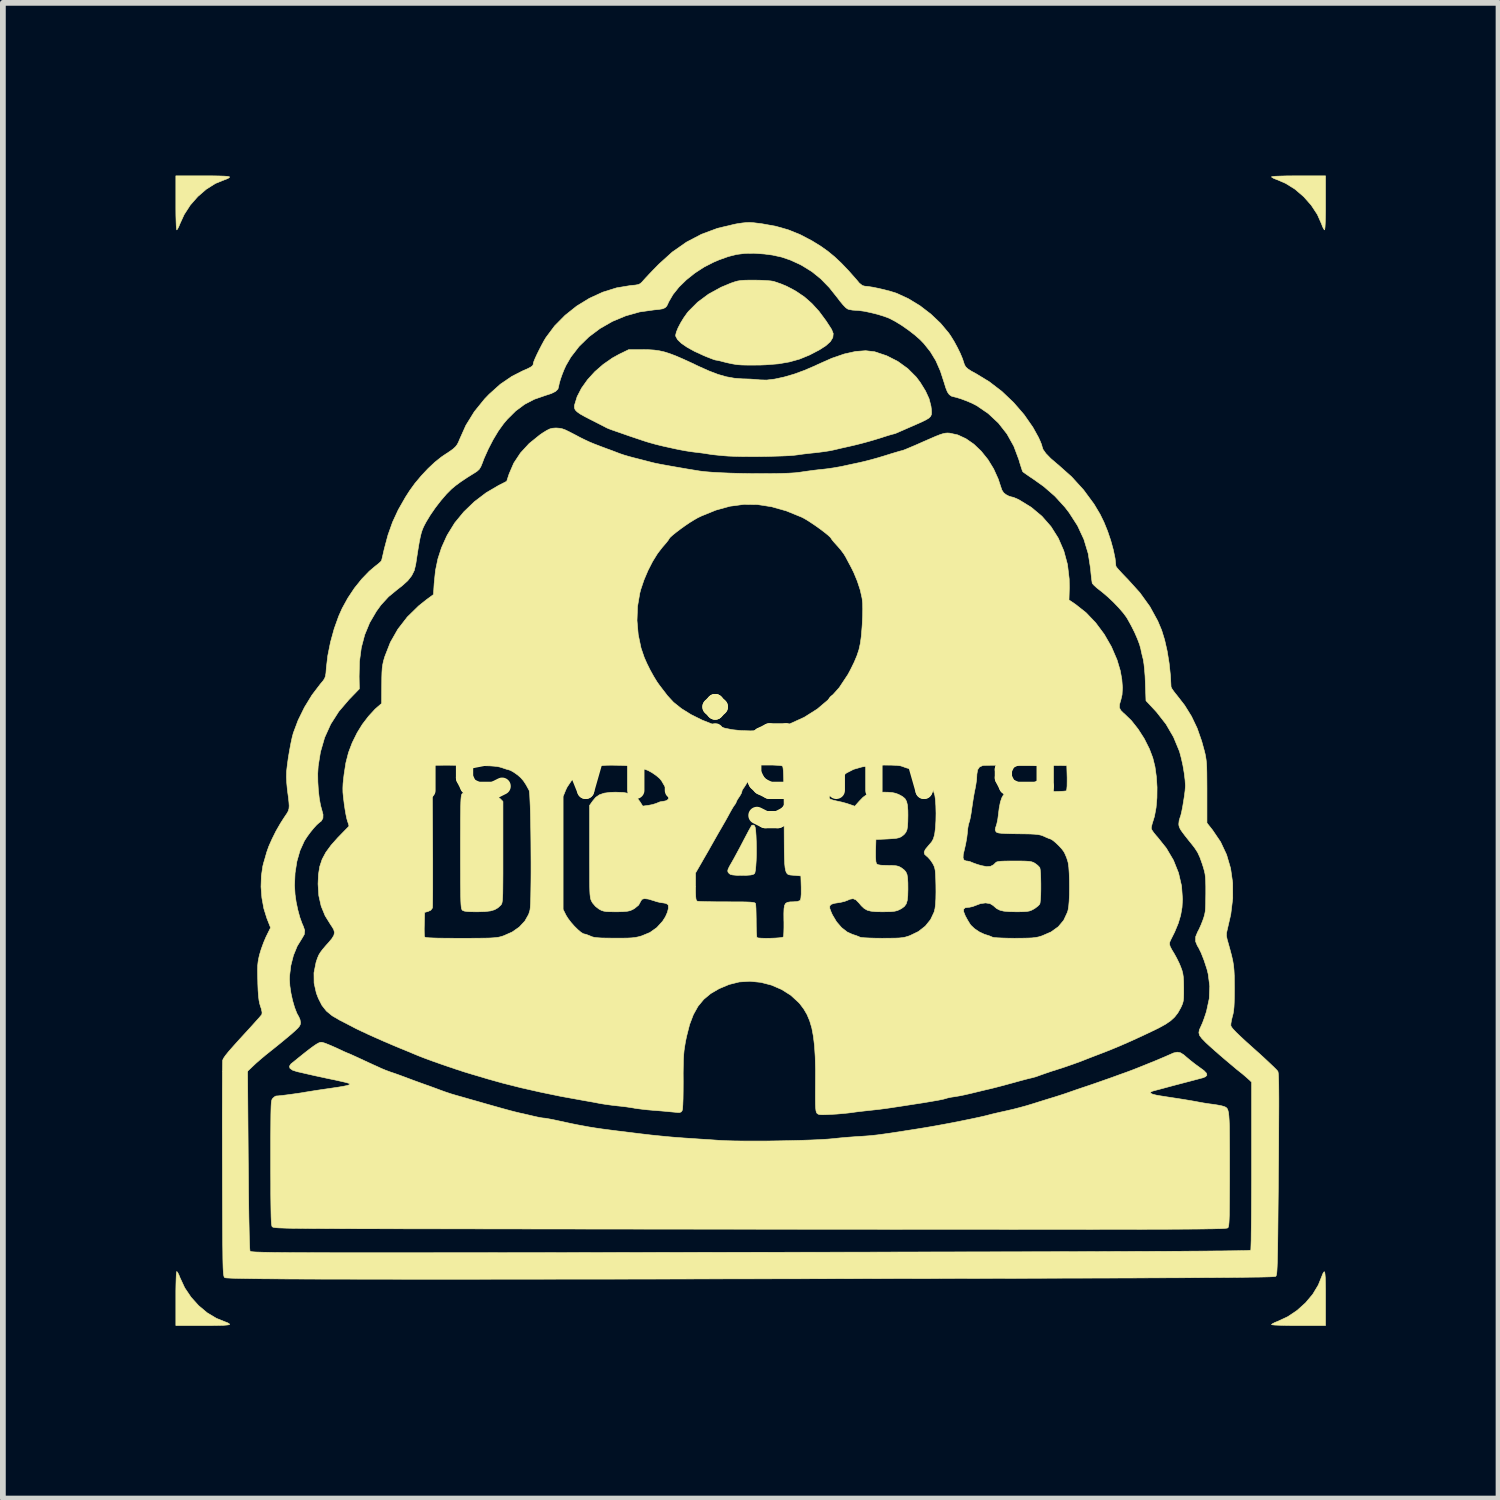
<source format=kicad_pcb>
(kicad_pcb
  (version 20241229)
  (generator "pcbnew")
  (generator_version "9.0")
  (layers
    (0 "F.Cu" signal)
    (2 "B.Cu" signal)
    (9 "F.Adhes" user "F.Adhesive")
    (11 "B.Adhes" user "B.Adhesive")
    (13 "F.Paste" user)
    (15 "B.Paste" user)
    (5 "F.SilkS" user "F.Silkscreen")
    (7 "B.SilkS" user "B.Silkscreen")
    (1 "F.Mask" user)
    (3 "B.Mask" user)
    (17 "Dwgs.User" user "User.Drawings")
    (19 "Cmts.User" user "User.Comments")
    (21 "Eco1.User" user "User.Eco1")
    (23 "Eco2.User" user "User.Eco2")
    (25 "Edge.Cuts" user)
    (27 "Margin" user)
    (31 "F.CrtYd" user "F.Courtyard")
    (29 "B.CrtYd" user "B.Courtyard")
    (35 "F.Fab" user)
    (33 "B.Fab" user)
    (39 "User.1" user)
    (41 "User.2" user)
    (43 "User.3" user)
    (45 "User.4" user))
  (footprint "newhighway"
    (layer "F.Cu")
    (at 9.992 9.992)
    (property "Reference" "newhighway" (at 0 0 0) (layer "F.SilkS") (effects (font (size 1.524 1.524) (thickness 0.3))))
    (attr through_hole)
    (fp_poly (pts (xy -9.956 9.065) (xy -9.934 9.108) (xy -9.914 9.158) (xy -9.833 9.332) (xy -9.724 9.494) (xy -9.593 9.64) (xy -9.444 9.765) (xy -9.285 9.861) (xy -9.136 9.921) (xy -9.087 9.94) (xy -9.056 9.96) (xy -9.052 9.965) (xy -9.061 9.973) (xy -9.094 9.978) (xy -9.154 9.983) (xy -9.244 9.985) (xy -9.366 9.987) (xy -9.516 9.987) (xy -9.987 9.987) (xy -9.987 9.518) (xy -9.987 9.388) (xy -9.985 9.272) (xy -9.982 9.175) (xy -9.979 9.102) (xy -9.974 9.059) (xy -9.971 9.048) (xy -9.956 9.065)) (stroke (width 0.01) (type solid)) (fill yes) (layer "F.SilkS"))
    (fp_poly (pts (xy -9.36 -9.987) (xy -9.238 -9.985) (xy -9.15 -9.982) (xy -9.091 -9.978) (xy -9.06 -9.972) (xy -9.052 -9.965) (xy -9.074 -9.946) (xy -9.119 -9.926) (xy -9.136 -9.921) (xy -9.301 -9.854) (xy -9.459 -9.754) (xy -9.606 -9.627) (xy -9.736 -9.479) (xy -9.842 -9.315) (xy -9.914 -9.158) (xy -9.938 -9.1) (xy -9.959 -9.061) (xy -9.971 -9.048) (xy -9.975 -9.066) (xy -9.98 -9.118) (xy -9.983 -9.197) (xy -9.986 -9.3) (xy -9.987 -9.419) (xy -9.987 -9.518) (xy -9.987 -9.987) (xy -9.516 -9.987) (xy -9.36 -9.987)) (stroke (width 0.01) (type solid)) (fill yes) (layer "F.SilkS"))
    (fp_poly (pts (xy 9.973 9.061) (xy 9.978 9.094) (xy 9.983 9.154) (xy 9.985 9.244) (xy 9.987 9.366) (xy 9.987 9.516) (xy 9.987 9.987) (xy 9.518 9.987) (xy 9.388 9.987) (xy 9.272 9.985) (xy 9.175 9.982) (xy 9.102 9.979) (xy 9.059 9.974) (xy 9.048 9.971) (xy 9.065 9.956) (xy 9.108 9.934) (xy 9.158 9.914) (xy 9.332 9.833) (xy 9.494 9.724) (xy 9.64 9.593) (xy 9.765 9.444) (xy 9.861 9.285) (xy 9.921 9.136) (xy 9.94 9.087) (xy 9.96 9.056) (xy 9.965 9.052) (xy 9.973 9.061)) (stroke (width 0.01) (type solid)) (fill yes) (layer "F.SilkS"))
    (fp_poly (pts (xy 9.987 -9.518) (xy 9.987 -9.378) (xy 9.985 -9.258) (xy 9.982 -9.161) (xy 9.978 -9.091) (xy 9.973 -9.054) (xy 9.97 -9.048) (xy 9.955 -9.065) (xy 9.934 -9.108) (xy 9.919 -9.149) (xy 9.845 -9.316) (xy 9.739 -9.477) (xy 9.608 -9.625) (xy 9.458 -9.754) (xy 9.295 -9.856) (xy 9.148 -9.919) (xy 9.093 -9.94) (xy 9.057 -9.96) (xy 9.048 -9.97) (xy 9.067 -9.975) (xy 9.119 -9.98) (xy 9.202 -9.983) (xy 9.31 -9.986) (xy 9.439 -9.987) (xy 9.518 -9.987) (xy 9.987 -9.987) (xy 9.987 -9.518)) (stroke (width 0.01) (type solid)) (fill yes) (layer "F.SilkS"))
    (fp_poly (pts (xy 0.066 1.303) (xy 0.078 1.331) (xy 0.087 1.391) (xy 0.093 1.474) (xy 0.097 1.574) (xy 0.099 1.684) (xy 0.099 1.796) (xy 0.096 1.903) (xy 0.09 1.997) (xy 0.083 2.073) (xy 0.073 2.122) (xy 0.066 2.136) (xy 0.041 2.151) (xy -0.000492 2.16) (xy -0.067 2.165) (xy -0.153 2.166) (xy -0.248 2.165) (xy -0.312 2.159) (xy -0.351 2.15) (xy -0.372 2.136) (xy -0.392 2.113) (xy -0.399 2.09) (xy -0.392 2.058) (xy -0.368 2.009) (xy -0.328 1.939) (xy -0.291 1.874) (xy -0.243 1.785) (xy -0.188 1.683) (xy -0.134 1.58) (xy -0.125 1.562) (xy -0.078 1.473) (xy -0.037 1.395) (xy -0.004 1.336) (xy 0.016 1.301) (xy 0.02 1.296) (xy 0.047 1.292) (xy 0.066 1.303)) (stroke (width 0.01) (type solid)) (fill yes) (layer "F.SilkS"))
    (fp_poly (pts (xy -4.653 0.717) (xy -4.521 0.743) (xy -4.415 0.787) (xy -4.352 0.834) (xy -4.304 0.883) (xy -4.304 1.762) (xy -4.304 1.969) (xy -4.304 2.14) (xy -4.305 2.28) (xy -4.306 2.393) (xy -4.307 2.48) (xy -4.31 2.546) (xy -4.313 2.595) (xy -4.318 2.629) (xy -4.323 2.652) (xy -4.33 2.668) (xy -4.339 2.68) (xy -4.342 2.684) (xy -4.392 2.73) (xy -4.449 2.763) (xy -4.521 2.784) (xy -4.614 2.795) (xy -4.737 2.799) (xy -4.752 2.799) (xy -4.855 2.798) (xy -4.927 2.794) (xy -4.974 2.787) (xy -5.002 2.776) (xy -5.012 2.769) (xy -5.018 2.758) (xy -5.024 2.74) (xy -5.029 2.711) (xy -5.033 2.669) (xy -5.036 2.608) (xy -5.038 2.528) (xy -5.039 2.425) (xy -5.041 2.294) (xy -5.041 2.135) (xy -5.042 1.943) (xy -5.042 1.755) (xy -5.042 1.534) (xy -5.041 1.349) (xy -5.041 1.195) (xy -5.039 1.07) (xy -5.038 0.972) (xy -5.036 0.896) (xy -5.033 0.839) (xy -5.029 0.799) (xy -5.024 0.772) (xy -5.018 0.756) (xy -5.011 0.746) (xy -5.01 0.745) (xy -4.971 0.73) (xy -4.898 0.719) (xy -4.803 0.712) (xy -4.653 0.717)) (stroke (width 0.01) (type solid)) (fill yes) (layer "F.SilkS"))
    (fp_poly (pts (xy 0.171 -8.173) (xy 0.267 -8.168) (xy 0.345 -8.162) (xy 0.396 -8.154) (xy 0.403 -8.152) (xy 0.523 -8.111) (xy 0.622 -8.07) (xy 0.717 -8.021) (xy 0.79 -7.98) (xy 0.932 -7.884) (xy 1.062 -7.77) (xy 1.187 -7.633) (xy 1.31 -7.467) (xy 1.406 -7.319) (xy 1.434 -7.247) (xy 1.427 -7.178) (xy 1.385 -7.108) (xy 1.307 -7.037) (xy 1.194 -6.964) (xy 1.019 -6.873) (xy 0.848 -6.803) (xy 0.672 -6.754) (xy 0.481 -6.721) (xy 0.267 -6.704) (xy 0.173 -6.7) (xy 0.057 -6.699) (xy -0.054 -6.699) (xy -0.15 -6.701) (xy -0.223 -6.706) (xy -0.249 -6.709) (xy -0.33 -6.723) (xy -0.422 -6.743) (xy -0.469 -6.755) (xy -0.533 -6.772) (xy -0.584 -6.783) (xy -0.607 -6.786) (xy -0.634 -6.793) (xy -0.687 -6.813) (xy -0.759 -6.841) (xy -0.819 -6.866) (xy -0.976 -6.938) (xy -1.104 -7.009) (xy -1.203 -7.077) (xy -1.269 -7.14) (xy -1.301 -7.198) (xy -1.304 -7.217) (xy -1.292 -7.27) (xy -1.262 -7.345) (xy -1.217 -7.431) (xy -1.163 -7.52) (xy -1.105 -7.602) (xy -1.08 -7.633) (xy -0.921 -7.792) (xy -0.732 -7.932) (xy -0.515 -8.051) (xy -0.343 -8.123) (xy -0.282 -8.144) (xy -0.229 -8.159) (xy -0.174 -8.168) (xy -0.108 -8.173) (xy -0.02 -8.175) (xy 0.067 -8.175) (xy 0.171 -8.173)) (stroke (width 0.01) (type solid)) (fill yes) (layer "F.SilkS"))
    (fp_poly (pts (xy -1.869 -6.968) (xy -1.767 -6.966) (xy -1.676 -6.96) (xy -1.59 -6.948) (xy -1.504 -6.929) (xy -1.411 -6.9) (xy -1.305 -6.86) (xy -1.182 -6.807) (xy -1.035 -6.74) (xy -0.903 -6.677) (xy -0.724 -6.597) (xy -0.567 -6.537) (xy -0.423 -6.496) (xy -0.284 -6.471) (xy -0.141 -6.46) (xy -0.097 -6.459) (xy -0.005 -6.456) (xy 0.091 -6.449) (xy 0.163 -6.442) (xy 0.278 -6.439) (xy 0.418 -6.456) (xy 0.579 -6.491) (xy 0.752 -6.541) (xy 0.933 -6.607) (xy 1.115 -6.685) (xy 1.169 -6.711) (xy 1.408 -6.817) (xy 1.626 -6.892) (xy 1.823 -6.936) (xy 1.998 -6.949) (xy 2.153 -6.931) (xy 2.157 -6.93) (xy 2.363 -6.861) (xy 2.556 -6.763) (xy 2.729 -6.638) (xy 2.876 -6.491) (xy 2.945 -6.399) (xy 3.037 -6.25) (xy 3.099 -6.115) (xy 3.132 -5.987) (xy 3.139 -5.933) (xy 3.142 -5.881) (xy 3.14 -5.841) (xy 3.126 -5.809) (xy 3.097 -5.779) (xy 3.048 -5.749) (xy 2.975 -5.713) (xy 2.871 -5.667) (xy 2.847 -5.656) (xy 2.754 -5.616) (xy 2.67 -5.579) (xy 2.601 -5.549) (xy 2.558 -5.53) (xy 2.556 -5.529) (xy 2.511 -5.51) (xy 2.481 -5.502) (xy 2.48 -5.502) (xy 2.456 -5.496) (xy 2.404 -5.481) (xy 2.33 -5.458) (xy 2.243 -5.43) (xy 2.233 -5.427) (xy 2.115 -5.391) (xy 1.98 -5.353) (xy 1.848 -5.319) (xy 1.773 -5.301) (xy 1.672 -5.278) (xy 1.573 -5.256) (xy 1.489 -5.236) (xy 1.438 -5.224) (xy 1.374 -5.211) (xy 1.285 -5.197) (xy 1.185 -5.184) (xy 1.116 -5.176) (xy 1.018 -5.166) (xy 0.925 -5.155) (xy 0.848 -5.145) (xy 0.81 -5.139) (xy 0.751 -5.132) (xy 0.661 -5.125) (xy 0.547 -5.12) (xy 0.414 -5.116) (xy 0.27 -5.112) (xy 0.122 -5.11) (xy -0.024 -5.11) (xy -0.161 -5.111) (xy -0.282 -5.114) (xy -0.381 -5.118) (xy -0.387 -5.118) (xy -0.49 -5.126) (xy -0.591 -5.136) (xy -0.676 -5.145) (xy -0.732 -5.154) (xy -0.807 -5.166) (xy -0.898 -5.178) (xy -0.968 -5.186) (xy -1.045 -5.196) (xy -1.145 -5.212) (xy -1.251 -5.232) (xy -1.313 -5.245) (xy -1.422 -5.269) (xy -1.513 -5.289) (xy -1.592 -5.308) (xy -1.664 -5.326) (xy -1.735 -5.346) (xy -1.811 -5.368) (xy -1.896 -5.396) (xy -1.997 -5.43) (xy -2.119 -5.471) (xy -2.267 -5.523) (xy -2.406 -5.571) (xy -2.462 -5.592) (xy -2.506 -5.611) (xy -2.513 -5.615) (xy -2.541 -5.63) (xy -2.596 -5.658) (xy -2.67 -5.696) (xy -2.756 -5.74) (xy -2.773 -5.748) (xy -2.883 -5.805) (xy -2.963 -5.85) (xy -3.016 -5.888) (xy -3.048 -5.921) (xy -3.061 -5.954) (xy -3.062 -5.991) (xy -3.059 -6.008) (xy -3.015 -6.151) (xy -2.939 -6.298) (xy -2.835 -6.444) (xy -2.708 -6.584) (xy -2.562 -6.711) (xy -2.403 -6.822) (xy -2.285 -6.887) (xy -2.118 -6.968) (xy -1.869 -6.968)) (stroke (width 0.01) (type solid)) (fill yes) (layer "F.SilkS"))
    (fp_poly (pts (xy -7.447 5.067) (xy -7.405 5.079) (xy -7.34 5.104) (xy -7.26 5.138) (xy -7.201 5.164) (xy -7.124 5.2) (xy -7.062 5.229) (xy -7.02 5.247) (xy -7.007 5.253) (xy -6.988 5.26) (xy -6.941 5.28) (xy -6.875 5.31) (xy -6.812 5.339) (xy -6.728 5.378) (xy -6.651 5.414) (xy -6.591 5.441) (xy -6.566 5.453) (xy -6.512 5.477) (xy -6.446 5.507) (xy -6.421 5.519) (xy -6.347 5.55) (xy -6.269 5.579) (xy -6.249 5.586) (xy -6.186 5.607) (xy -6.105 5.636) (xy -6.029 5.664) (xy -5.866 5.725) (xy -5.726 5.776) (xy -5.614 5.816) (xy -5.607 5.818) (xy -5.55 5.839) (xy -5.473 5.867) (xy -5.396 5.896) (xy -5.304 5.929) (xy -5.202 5.963) (xy -5.128 5.985) (xy -5.036 6.011) (xy -4.937 6.039) (xy -4.869 6.059) (xy -4.751 6.092) (xy -4.609 6.133) (xy -4.457 6.176) (xy -4.308 6.218) (xy -4.256 6.232) (xy -4.172 6.255) (xy -4.09 6.276) (xy -4.027 6.291) (xy -4.026 6.292) (xy -3.964 6.305) (xy -3.882 6.324) (xy -3.796 6.344) (xy -3.785 6.347) (xy -3.709 6.364) (xy -3.643 6.377) (xy -3.6 6.383) (xy -3.594 6.383) (xy -3.559 6.387) (xy -3.498 6.398) (xy -3.42 6.413) (xy -3.374 6.423) (xy -3.239 6.452) (xy -3.119 6.478) (xy -3.01 6.5) (xy -2.907 6.519) (xy -2.804 6.538) (xy -2.698 6.555) (xy -2.582 6.572) (xy -2.452 6.589) (xy -2.303 6.608) (xy -2.131 6.629) (xy -1.929 6.654) (xy -1.725 6.678) (xy -1.607 6.69) (xy -1.467 6.704) (xy -1.32 6.717) (xy -1.184 6.727) (xy -1.16 6.729) (xy -1.02 6.738) (xy -0.861 6.749) (xy -0.702 6.759) (xy -0.559 6.769) (xy -0.546 6.77) (xy -0.429 6.776) (xy -0.282 6.78) (xy -0.112 6.782) (xy 0.075 6.782) (xy 0.272 6.782) (xy 0.474 6.779) (xy 0.674 6.775) (xy 0.867 6.77) (xy 1.045 6.764) (xy 1.204 6.757) (xy 1.335 6.749) (xy 1.428 6.741) (xy 1.551 6.728) (xy 1.689 6.716) (xy 1.822 6.706) (xy 1.907 6.701) (xy 1.978 6.696) (xy 2.048 6.691) (xy 2.121 6.684) (xy 2.203 6.675) (xy 2.299 6.662) (xy 2.414 6.646) (xy 2.552 6.625) (xy 2.719 6.599) (xy 2.885 6.573) (xy 3.033 6.549) (xy 3.195 6.521) (xy 3.365 6.49) (xy 3.535 6.458) (xy 3.699 6.425) (xy 3.85 6.394) (xy 3.981 6.366) (xy 4.085 6.342) (xy 4.131 6.33) (xy 4.18 6.317) (xy 4.256 6.299) (xy 4.348 6.278) (xy 4.438 6.258) (xy 4.564 6.229) (xy 4.676 6.2) (xy 4.789 6.169) (xy 4.914 6.131) (xy 5.022 6.097) (xy 5.096 6.074) (xy 5.186 6.046) (xy 5.272 6.02) (xy 5.357 5.993) (xy 5.444 5.965) (xy 5.511 5.942) (xy 5.571 5.921) (xy 5.654 5.892) (xy 5.748 5.86) (xy 5.808 5.84) (xy 5.915 5.804) (xy 6.039 5.761) (xy 6.161 5.718) (xy 6.23 5.694) (xy 6.327 5.659) (xy 6.42 5.625) (xy 6.499 5.597) (xy 6.546 5.58) (xy 6.616 5.554) (xy 6.708 5.518) (xy 6.813 5.476) (xy 6.924 5.431) (xy 7.033 5.387) (xy 7.13 5.346) (xy 7.208 5.313) (xy 7.259 5.29) (xy 7.26 5.29) (xy 7.346 5.252) (xy 7.411 5.238) (xy 7.466 5.248) (xy 7.523 5.283) (xy 7.568 5.322) (xy 7.637 5.38) (xy 7.72 5.445) (xy 7.797 5.501) (xy 7.875 5.558) (xy 7.918 5.603) (xy 7.926 5.638) (xy 7.901 5.665) (xy 7.843 5.687) (xy 7.84 5.687) (xy 7.667 5.733) (xy 7.503 5.776) (xy 7.354 5.815) (xy 7.224 5.85) (xy 7.117 5.879) (xy 7.037 5.9) (xy 6.989 5.913) (xy 6.982 5.915) (xy 6.947 5.932) (xy 6.949 5.951) (xy 6.985 5.969) (xy 7.054 5.986) (xy 7.094 5.993) (xy 7.279 6.022) (xy 7.431 6.045) (xy 7.555 6.065) (xy 7.657 6.082) (xy 7.741 6.097) (xy 7.783 6.105) (xy 7.872 6.121) (xy 7.963 6.135) (xy 8.032 6.144) (xy 8.105 6.155) (xy 8.173 6.168) (xy 8.2 6.175) (xy 8.226 6.183) (xy 8.248 6.192) (xy 8.266 6.204) (xy 8.281 6.222) (xy 8.292 6.25) (xy 8.302 6.291) (xy 8.308 6.348) (xy 8.313 6.424) (xy 8.317 6.522) (xy 8.318 6.645) (xy 8.319 6.796) (xy 8.32 6.978) (xy 8.32 7.195) (xy 8.32 7.268) (xy 8.32 7.491) (xy 8.319 7.679) (xy 8.318 7.834) (xy 8.317 7.96) (xy 8.316 8.061) (xy 8.313 8.138) (xy 8.31 8.196) (xy 8.306 8.237) (xy 8.301 8.264) (xy 8.296 8.281) (xy 8.29 8.29) (xy 8.284 8.292) (xy 8.274 8.295) (xy 8.256 8.297) (xy 8.231 8.3) (xy 8.197 8.302) (xy 8.153 8.304) (xy 8.097 8.305) (xy 8.029 8.307) (xy 7.947 8.308) (xy 7.85 8.31) (xy 7.737 8.311) (xy 7.606 8.312) (xy 7.457 8.313) (xy 7.289 8.314) (xy 7.099 8.315) (xy 6.888 8.315) (xy 6.653 8.316) (xy 6.394 8.316) (xy 6.109 8.316) (xy 5.798 8.317) (xy 5.458 8.317) (xy 5.089 8.317) (xy 4.69 8.317) (xy 4.26 8.316) (xy 3.797 8.316) (xy 3.3 8.316) (xy 2.767 8.316) (xy 2.199 8.315) (xy 1.748 8.315) (xy 1.23 8.315) (xy 0.711 8.314) (xy 0.195 8.314) (xy -0.317 8.313) (xy -0.824 8.313) (xy -1.323 8.312) (xy -1.812 8.312) (xy -2.29 8.311) (xy -2.754 8.311) (xy -3.203 8.31) (xy -3.634 8.31) (xy -4.046 8.309) (xy -4.437 8.309) (xy -4.804 8.308) (xy -5.146 8.308) (xy -5.461 8.307) (xy -5.747 8.307) (xy -6.001 8.307) (xy -6.223 8.306) (xy -6.41 8.306) (xy -6.527 8.305) (xy -6.828 8.305) (xy -7.093 8.304) (xy -7.324 8.303) (xy -7.524 8.302) (xy -7.695 8.301) (xy -7.839 8.299) (xy -7.959 8.298) (xy -8.056 8.296) (xy -8.134 8.293) (xy -8.194 8.291) (xy -8.239 8.288) (xy -8.271 8.284) (xy -8.293 8.28) (xy -8.306 8.275) (xy -8.313 8.27) (xy -8.315 8.268) (xy -8.32 8.252) (xy -8.325 8.219) (xy -8.329 8.166) (xy -8.332 8.09) (xy -8.334 7.989) (xy -8.336 7.861) (xy -8.338 7.704) (xy -8.338 7.514) (xy -8.339 7.29) (xy -8.339 7.156) (xy -8.339 6.926) (xy -8.339 6.73) (xy -8.338 6.567) (xy -8.337 6.433) (xy -8.336 6.325) (xy -8.334 6.24) (xy -8.332 6.176) (xy -8.329 6.128) (xy -8.325 6.094) (xy -8.32 6.071) (xy -8.314 6.055) (xy -8.306 6.045) (xy -8.301 6.038) (xy -8.268 6.01) (xy -8.248 6) (xy -8.207 5.997) (xy -8.138 5.99) (xy -8.051 5.979) (xy -7.955 5.966) (xy -7.861 5.953) (xy -7.777 5.94) (xy -7.745 5.934) (xy -7.664 5.921) (xy -7.558 5.904) (xy -7.439 5.886) (xy -7.32 5.869) (xy -7.294 5.865) (xy -7.166 5.846) (xy -7.072 5.83) (xy -7.01 5.817) (xy -6.975 5.805) (xy -6.965 5.793) (xy -6.975 5.781) (xy -7.001 5.773) (xy -7.057 5.758) (xy -7.136 5.74) (xy -7.23 5.719) (xy -7.261 5.713) (xy -7.371 5.69) (xy -7.481 5.666) (xy -7.579 5.645) (xy -7.653 5.628) (xy -7.658 5.627) (xy -7.741 5.608) (xy -7.822 5.589) (xy -7.878 5.577) (xy -7.958 5.551) (xy -8.004 5.519) (xy -8.013 5.482) (xy -7.986 5.441) (xy -7.979 5.436) (xy -7.847 5.329) (xy -7.741 5.244) (xy -7.657 5.179) (xy -7.593 5.132) (xy -7.544 5.099) (xy -7.508 5.079) (xy -7.48 5.068) (xy -7.458 5.066) (xy -7.447 5.067)) (stroke (width 0.01) (type solid)) (fill yes) (layer "F.SilkS"))
    (fp_poly (pts (xy 0.055 -9.172) (xy 0.143 -9.161) (xy 0.199 -9.154) (xy 0.436 -9.111) (xy 0.651 -9.05) (xy 0.857 -8.967) (xy 1.067 -8.857) (xy 1.086 -8.845) (xy 1.219 -8.763) (xy 1.341 -8.676) (xy 1.458 -8.58) (xy 1.576 -8.469) (xy 1.701 -8.338) (xy 1.839 -8.182) (xy 1.888 -8.123) (xy 1.941 -8.081) (xy 1.983 -8.07) (xy 2.039 -8.065) (xy 2.122 -8.052) (xy 2.22 -8.032) (xy 2.323 -8.008) (xy 2.422 -7.982) (xy 2.505 -7.957) (xy 2.537 -7.946) (xy 2.739 -7.853) (xy 2.94 -7.731) (xy 3.129 -7.586) (xy 3.299 -7.425) (xy 3.442 -7.254) (xy 3.476 -7.204) (xy 3.533 -7.112) (xy 3.59 -7.007) (xy 3.641 -6.903) (xy 3.68 -6.81) (xy 3.698 -6.755) (xy 3.714 -6.706) (xy 3.737 -6.667) (xy 3.774 -6.633) (xy 3.832 -6.595) (xy 3.918 -6.548) (xy 3.918 -6.548) (xy 4.146 -6.409) (xy 4.365 -6.241) (xy 4.568 -6.048) (xy 4.749 -5.839) (xy 4.903 -5.618) (xy 5 -5.443) (xy 5.03 -5.377) (xy 5.052 -5.323) (xy 5.061 -5.291) (xy 5.061 -5.289) (xy 5.079 -5.234) (xy 5.129 -5.163) (xy 5.212 -5.077) (xy 5.325 -4.98) (xy 5.344 -4.965) (xy 5.574 -4.76) (xy 5.783 -4.531) (xy 5.965 -4.284) (xy 6.07 -4.108) (xy 6.138 -3.969) (xy 6.201 -3.813) (xy 6.256 -3.65) (xy 6.3 -3.49) (xy 6.331 -3.341) (xy 6.344 -3.215) (xy 6.345 -3.206) (xy 6.358 -3.185) (xy 6.394 -3.143) (xy 6.448 -3.084) (xy 6.515 -3.014) (xy 6.552 -2.976) (xy 6.761 -2.745) (xy 6.935 -2.504) (xy 7.072 -2.254) (xy 7.141 -2.09) (xy 7.192 -1.924) (xy 7.236 -1.73) (xy 7.27 -1.52) (xy 7.293 -1.302) (xy 7.303 -1.111) (xy 7.315 -1.082) (xy 7.347 -1.035) (xy 7.39 -0.979) (xy 7.393 -0.977) (xy 7.539 -0.789) (xy 7.658 -0.597) (xy 7.756 -0.392) (xy 7.836 -0.164) (xy 7.881 0) (xy 7.895 0.056) (xy 7.905 0.108) (xy 7.913 0.162) (xy 7.919 0.222) (xy 7.923 0.295) (xy 7.925 0.387) (xy 7.926 0.503) (xy 7.927 0.65) (xy 7.927 0.719) (xy 7.927 1.256) (xy 8.025 1.38) (xy 8.164 1.585) (xy 8.268 1.807) (xy 8.338 2.045) (xy 8.374 2.298) (xy 8.375 2.564) (xy 8.341 2.843) (xy 8.28 3.109) (xy 8.267 3.167) (xy 8.266 3.218) (xy 8.278 3.279) (xy 8.287 3.31) (xy 8.325 3.446) (xy 8.354 3.555) (xy 8.375 3.647) (xy 8.389 3.73) (xy 8.397 3.814) (xy 8.402 3.909) (xy 8.403 4.025) (xy 8.404 4.122) (xy 8.403 4.261) (xy 8.401 4.369) (xy 8.397 4.452) (xy 8.39 4.518) (xy 8.381 4.572) (xy 8.37 4.612) (xy 8.353 4.682) (xy 8.343 4.744) (xy 8.342 4.777) (xy 8.353 4.801) (xy 8.383 4.839) (xy 8.433 4.892) (xy 8.507 4.963) (xy 8.605 5.054) (xy 8.731 5.167) (xy 8.741 5.176) (xy 8.846 5.27) (xy 8.942 5.358) (xy 9.025 5.436) (xy 9.092 5.5) (xy 9.138 5.546) (xy 9.159 5.571) (xy 9.159 5.571) (xy 9.163 5.586) (xy 9.167 5.614) (xy 9.17 5.658) (xy 9.172 5.72) (xy 9.174 5.802) (xy 9.175 5.906) (xy 9.176 6.035) (xy 9.176 6.189) (xy 9.175 6.372) (xy 9.174 6.585) (xy 9.173 6.83) (xy 9.171 7.111) (xy 9.168 7.363) (xy 9.166 7.662) (xy 9.163 7.925) (xy 9.161 8.155) (xy 9.159 8.353) (xy 9.157 8.522) (xy 9.155 8.665) (xy 9.152 8.783) (xy 9.15 8.879) (xy 9.147 8.956) (xy 9.144 9.015) (xy 9.141 9.059) (xy 9.137 9.09) (xy 9.133 9.111) (xy 9.128 9.124) (xy 9.122 9.132) (xy 9.121 9.133) (xy 9.111 9.135) (xy 9.086 9.137) (xy 9.046 9.14) (xy 8.989 9.142) (xy 8.915 9.144) (xy 8.821 9.146) (xy 8.709 9.147) (xy 8.575 9.149) (xy 8.419 9.151) (xy 8.24 9.152) (xy 8.037 9.154) (xy 7.809 9.155) (xy 7.554 9.157) (xy 7.272 9.158) (xy 6.962 9.159) (xy 6.622 9.161) (xy 6.251 9.162) (xy 5.849 9.163) (xy 5.413 9.164) (xy 4.944 9.166) (xy 4.44 9.167) (xy 3.9 9.168) (xy 3.323 9.169) (xy 3.247 9.17) (xy 2.386 9.171) (xy 1.563 9.173) (xy 0.777 9.175) (xy 0.027 9.176) (xy -0.687 9.177) (xy -1.367 9.179) (xy -2.012 9.18) (xy -2.624 9.181) (xy -3.204 9.181) (xy -3.751 9.182) (xy -4.267 9.182) (xy -4.753 9.183) (xy -5.208 9.183) (xy -5.635 9.183) (xy -6.033 9.183) (xy -6.403 9.182) (xy -6.746 9.182) (xy -7.063 9.181) (xy -7.355 9.181) (xy -7.621 9.18) (xy -7.863 9.179) (xy -8.082 9.178) (xy -8.277 9.176) (xy -8.451 9.175) (xy -8.603 9.173) (xy -8.735 9.171) (xy -8.847 9.169) (xy -8.939 9.167) (xy -9.013 9.165) (xy -9.069 9.162) (xy -9.107 9.16) (xy -9.13 9.157) (xy -9.136 9.155) (xy -9.142 9.15) (xy -9.147 9.142) (xy -9.152 9.129) (xy -9.156 9.108) (xy -9.16 9.078) (xy -9.163 9.037) (xy -9.166 8.981) (xy -9.168 8.909) (xy -9.17 8.818) (xy -9.171 8.706) (xy -9.173 8.571) (xy -9.174 8.41) (xy -9.175 8.221) (xy -9.176 8.003) (xy -9.177 7.752) (xy -9.178 7.466) (xy -9.178 7.281) (xy -9.179 7.017) (xy -9.179 6.763) (xy -9.18 6.522) (xy -9.18 6.297) (xy -9.179 6.09) (xy -9.179 5.903) (xy -9.178 5.741) (xy -9.178 5.605) (xy -9.177 5.569) (xy -8.741 5.569) (xy -8.729 7.112) (xy -8.726 7.399) (xy -8.724 7.662) (xy -8.721 7.899) (xy -8.718 8.108) (xy -8.714 8.288) (xy -8.711 8.437) (xy -8.707 8.554) (xy -8.704 8.636) (xy -8.7 8.682) (xy -8.698 8.692) (xy -8.696 8.695) (xy -8.693 8.697) (xy -8.686 8.7) (xy -8.676 8.703) (xy -8.662 8.705) (xy -8.641 8.707) (xy -8.614 8.709) (xy -8.578 8.711) (xy -8.534 8.712) (xy -8.48 8.714) (xy -8.415 8.715) (xy -8.338 8.717) (xy -8.248 8.718) (xy -8.144 8.719) (xy -8.024 8.72) (xy -7.888 8.721) (xy -7.735 8.721) (xy -7.564 8.722) (xy -7.374 8.722) (xy -7.163 8.723) (xy -6.93 8.723) (xy -6.675 8.723) (xy -6.397 8.723) (xy -6.094 8.723) (xy -5.766 8.723) (xy -5.41 8.722) (xy -5.028 8.722) (xy -4.616 8.722) (xy -4.175 8.721) (xy -3.703 8.721) (xy -3.199 8.72) (xy -2.662 8.719) (xy -2.091 8.718) (xy -1.485 8.717) (xy -0.844 8.716) (xy -0.165 8.715) (xy -0.003 8.715) (xy 0.716 8.714) (xy 1.397 8.713) (xy 2.041 8.712) (xy 2.65 8.71) (xy 3.223 8.709) (xy 3.763 8.708) (xy 4.269 8.707) (xy 4.743 8.706) (xy 5.185 8.705) (xy 5.596 8.704) (xy 5.977 8.703) (xy 6.33 8.701) (xy 6.654 8.7) (xy 6.95 8.699) (xy 7.22 8.698) (xy 7.464 8.697) (xy 7.683 8.695) (xy 7.878 8.694) (xy 8.05 8.692) (xy 8.199 8.691) (xy 8.326 8.689) (xy 8.433 8.688) (xy 8.52 8.686) (xy 8.588 8.685) (xy 8.638 8.683) (xy 8.67 8.681) (xy 8.686 8.679) (xy 8.688 8.678) (xy 8.69 8.656) (xy 8.692 8.598) (xy 8.695 8.508) (xy 8.696 8.389) (xy 8.698 8.243) (xy 8.7 8.074) (xy 8.701 7.885) (xy 8.702 7.678) (xy 8.703 7.458) (xy 8.703 7.226) (xy 8.703 7.207) (xy 8.703 5.758) (xy 8.641 5.7) (xy 8.585 5.651) (xy 8.528 5.603) (xy 8.519 5.596) (xy 8.447 5.539) (xy 8.358 5.464) (xy 8.258 5.38) (xy 8.155 5.292) (xy 8.058 5.207) (xy 7.974 5.132) (xy 7.91 5.073) (xy 7.903 5.066) (xy 7.838 4.999) (xy 7.8 4.948) (xy 7.787 4.901) (xy 7.795 4.851) (xy 7.824 4.788) (xy 7.824 4.787) (xy 7.849 4.732) (xy 7.878 4.654) (xy 7.908 4.565) (xy 7.92 4.526) (xy 7.967 4.308) (xy 7.976 4.091) (xy 7.948 3.878) (xy 7.927 3.794) (xy 7.876 3.639) (xy 7.826 3.512) (xy 7.779 3.417) (xy 7.761 3.39) (xy 7.73 3.315) (xy 7.732 3.23) (xy 7.764 3.152) (xy 7.79 3.103) (xy 7.822 3.032) (xy 7.853 2.954) (xy 7.855 2.949) (xy 7.874 2.894) (xy 7.887 2.846) (xy 7.897 2.796) (xy 7.902 2.736) (xy 7.905 2.658) (xy 7.906 2.554) (xy 7.907 2.482) (xy 7.907 2.362) (xy 7.905 2.271) (xy 7.901 2.201) (xy 7.894 2.143) (xy 7.882 2.088) (xy 7.865 2.028) (xy 7.845 1.965) (xy 7.806 1.856) (xy 7.767 1.771) (xy 7.721 1.699) (xy 7.692 1.66) (xy 7.607 1.554) (xy 7.543 1.473) (xy 7.498 1.413) (xy 7.467 1.368) (xy 7.45 1.333) (xy 7.441 1.305) (xy 7.438 1.279) (xy 7.438 1.272) (xy 7.444 1.214) (xy 7.458 1.168) (xy 7.458 1.167) (xy 7.472 1.128) (xy 7.488 1.061) (xy 7.505 0.975) (xy 7.521 0.878) (xy 7.536 0.782) (xy 7.547 0.694) (xy 7.552 0.626) (xy 7.553 0.608) (xy 7.547 0.51) (xy 7.532 0.389) (xy 7.51 0.258) (xy 7.482 0.132) (xy 7.453 0.023) (xy 7.446 0.003) (xy 7.346 -0.238) (xy 7.216 -0.461) (xy 7.051 -0.672) (xy 7.001 -0.726) (xy 6.868 -0.868) (xy 6.857 -1.177) (xy 6.852 -1.297) (xy 6.843 -1.409) (xy 6.833 -1.505) (xy 6.822 -1.575) (xy 6.819 -1.591) (xy 6.8 -1.665) (xy 6.784 -1.737) (xy 6.778 -1.768) (xy 6.757 -1.844) (xy 6.72 -1.942) (xy 6.671 -2.054) (xy 6.613 -2.17) (xy 6.552 -2.28) (xy 6.528 -2.32) (xy 6.472 -2.395) (xy 6.394 -2.485) (xy 6.302 -2.581) (xy 6.204 -2.673) (xy 6.109 -2.754) (xy 6.073 -2.782) (xy 6.012 -2.83) (xy 5.964 -2.874) (xy 5.937 -2.904) (xy 5.934 -2.91) (xy 5.929 -2.942) (xy 5.921 -3.002) (xy 5.912 -3.083) (xy 5.905 -3.163) (xy 5.864 -3.425) (xy 5.789 -3.673) (xy 5.679 -3.909) (xy 5.532 -4.137) (xy 5.462 -4.228) (xy 5.287 -4.42) (xy 5.092 -4.59) (xy 4.922 -4.711) (xy 4.848 -4.761) (xy 4.786 -4.804) (xy 4.742 -4.835) (xy 4.725 -4.85) (xy 4.716 -4.874) (xy 4.699 -4.927) (xy 4.676 -4.999) (xy 4.66 -5.055) (xy 4.572 -5.29) (xy 4.453 -5.503) (xy 4.304 -5.693) (xy 4.126 -5.859) (xy 3.925 -5.996) (xy 3.847 -6.036) (xy 3.753 -6.076) (xy 3.657 -6.112) (xy 3.573 -6.138) (xy 3.543 -6.145) (xy 3.49 -6.159) (xy 3.45 -6.187) (xy 3.418 -6.233) (xy 3.389 -6.305) (xy 3.364 -6.387) (xy 3.296 -6.596) (xy 3.217 -6.776) (xy 3.122 -6.932) (xy 3.009 -7.074) (xy 2.944 -7.141) (xy 2.853 -7.221) (xy 2.743 -7.306) (xy 2.626 -7.388) (xy 2.512 -7.458) (xy 2.413 -7.51) (xy 2.407 -7.513) (xy 2.316 -7.547) (xy 2.206 -7.581) (xy 2.089 -7.61) (xy 1.977 -7.634) (xy 1.882 -7.647) (xy 1.841 -7.65) (xy 1.771 -7.654) (xy 1.709 -7.665) (xy 1.684 -7.674) (xy 1.651 -7.698) (xy 1.604 -7.747) (xy 1.55 -7.812) (xy 1.514 -7.86) (xy 1.367 -8.045) (xy 1.218 -8.198) (xy 1.062 -8.324) (xy 0.892 -8.429) (xy 0.852 -8.45) (xy 0.69 -8.524) (xy 0.537 -8.576) (xy 0.377 -8.611) (xy 0.24 -8.629) (xy 0.06 -8.642) (xy -0.096 -8.64) (xy -0.242 -8.622) (xy -0.389 -8.585) (xy -0.548 -8.528) (xy -0.642 -8.488) (xy -0.809 -8.403) (xy -0.969 -8.299) (xy -1.117 -8.181) (xy -1.246 -8.055) (xy -1.35 -7.925) (xy -1.425 -7.796) (xy -1.437 -7.768) (xy -1.458 -7.725) (xy -1.487 -7.696) (xy -1.53 -7.677) (xy -1.597 -7.666) (xy -1.679 -7.658) (xy -1.928 -7.623) (xy -2.17 -7.555) (xy -2.401 -7.459) (xy -2.616 -7.336) (xy -2.811 -7.19) (xy -2.982 -7.023) (xy -3.125 -6.838) (xy -3.209 -6.693) (xy -3.242 -6.621) (xy -3.275 -6.538) (xy -3.304 -6.456) (xy -3.325 -6.384) (xy -3.335 -6.335) (xy -3.336 -6.328) (xy -3.349 -6.282) (xy -3.39 -6.242) (xy -3.464 -6.205) (xy -3.566 -6.172) (xy -3.757 -6.106) (xy -3.927 -6.018) (xy -4.082 -5.903) (xy -4.229 -5.757) (xy -4.294 -5.68) (xy -4.384 -5.555) (xy -4.474 -5.405) (xy -4.559 -5.241) (xy -4.633 -5.076) (xy -4.659 -5.006) (xy -4.688 -4.935) (xy -4.717 -4.888) (xy -4.756 -4.853) (xy -4.791 -4.83) (xy -4.929 -4.744) (xy -5.038 -4.671) (xy -5.125 -4.607) (xy -5.196 -4.548) (xy -5.285 -4.459) (xy -5.382 -4.346) (xy -5.479 -4.221) (xy -5.567 -4.093) (xy -5.639 -3.974) (xy -5.642 -3.968) (xy -5.669 -3.918) (xy -5.691 -3.872) (xy -5.709 -3.826) (xy -5.725 -3.775) (xy -5.74 -3.713) (xy -5.756 -3.635) (xy -5.773 -3.536) (xy -5.793 -3.41) (xy -5.817 -3.252) (xy -5.821 -3.23) (xy -5.845 -3.13) (xy -5.89 -3.04) (xy -5.958 -2.953) (xy -6.056 -2.865) (xy -6.137 -2.802) (xy -6.292 -2.675) (xy -6.423 -2.532) (xy -6.503 -2.422) (xy -6.62 -2.222) (xy -6.706 -2.013) (xy -6.765 -1.79) (xy -6.797 -1.548) (xy -6.803 -1.291) (xy -6.799 -1.074) (xy -6.98 -0.887) (xy -7.156 -0.681) (xy -7.296 -0.462) (xy -7.402 -0.228) (xy -7.475 0.024) (xy -7.514 0.268) (xy -7.522 0.398) (xy -7.52 0.542) (xy -7.511 0.689) (xy -7.495 0.829) (xy -7.473 0.951) (xy -7.453 1.023) (xy -7.43 1.109) (xy -7.432 1.173) (xy -7.46 1.222) (xy -7.502 1.255) (xy -7.541 1.29) (xy -7.593 1.347) (xy -7.65 1.417) (xy -7.705 1.492) (xy -7.75 1.561) (xy -7.756 1.572) (xy -7.83 1.735) (xy -7.884 1.923) (xy -7.916 2.127) (xy -7.925 2.34) (xy -7.916 2.496) (xy -7.897 2.629) (xy -7.868 2.766) (xy -7.833 2.895) (xy -7.794 3.003) (xy -7.774 3.048) (xy -7.748 3.123) (xy -7.756 3.193) (xy -7.795 3.26) (xy -7.878 3.395) (xy -7.944 3.556) (xy -7.989 3.732) (xy -8.011 3.912) (xy -8.013 3.972) (xy -8.006 4.086) (xy -7.987 4.213) (xy -7.959 4.341) (xy -7.924 4.461) (xy -7.885 4.562) (xy -7.849 4.627) (xy -7.829 4.675) (xy -7.821 4.727) (xy -7.825 4.756) (xy -7.839 4.785) (xy -7.868 4.82) (xy -7.917 4.867) (xy -7.99 4.932) (xy -7.999 4.939) (xy -8.09 5.015) (xy -8.192 5.099) (xy -8.29 5.178) (xy -8.342 5.219) (xy -8.427 5.287) (xy -8.515 5.361) (xy -8.593 5.429) (xy -8.625 5.459) (xy -8.741 5.569) (xy -9.177 5.569) (xy -9.176 5.498) (xy -9.175 5.423) (xy -9.174 5.383) (xy -9.173 5.377) (xy -9.159 5.345) (xy -9.123 5.293) (xy -9.064 5.22) (xy -8.98 5.125) (xy -8.871 5.004) (xy -8.836 4.966) (xy -8.745 4.867) (xy -8.663 4.777) (xy -8.593 4.699) (xy -8.538 4.638) (xy -8.504 4.597) (xy -8.492 4.582) (xy -8.489 4.543) (xy -8.504 4.477) (xy -8.515 4.447) (xy -8.53 4.396) (xy -8.542 4.337) (xy -8.551 4.263) (xy -8.558 4.166) (xy -8.563 4.039) (xy -8.563 4.024) (xy -8.566 3.9) (xy -8.567 3.805) (xy -8.565 3.73) (xy -8.558 3.667) (xy -8.547 3.606) (xy -8.533 3.545) (xy -8.503 3.446) (xy -8.463 3.336) (xy -8.421 3.237) (xy -8.417 3.229) (xy -8.341 3.075) (xy -8.406 2.91) (xy -8.458 2.743) (xy -8.492 2.557) (xy -8.507 2.365) (xy -8.501 2.177) (xy -8.476 2.006) (xy -8.464 1.958) (xy -8.442 1.883) (xy -8.418 1.799) (xy -8.411 1.772) (xy -8.372 1.662) (xy -8.315 1.534) (xy -8.247 1.397) (xy -8.171 1.265) (xy -8.117 1.18) (xy -8.079 1.123) (xy -8.05 1.08) (xy -8.031 1.042) (xy -8.021 1.004) (xy -8.018 0.958) (xy -8.022 0.897) (xy -8.031 0.814) (xy -8.046 0.703) (xy -8.051 0.661) (xy -8.06 0.563) (xy -8.065 0.458) (xy -8.063 0.367) (xy -8.062 0.353) (xy -8.05 0.246) (xy -8.033 0.123) (xy -8.011 -0.007) (xy -7.988 -0.13) (xy -7.965 -0.236) (xy -7.946 -0.307) (xy -7.863 -0.528) (xy -7.753 -0.752) (xy -7.623 -0.965) (xy -7.48 -1.153) (xy -7.471 -1.164) (xy -7.429 -1.214) (xy -7.403 -1.253) (xy -7.388 -1.294) (xy -7.379 -1.348) (xy -7.373 -1.429) (xy -7.373 -1.432) (xy -7.347 -1.652) (xy -7.3 -1.885) (xy -7.236 -2.118) (xy -7.158 -2.336) (xy -7.097 -2.473) (xy -6.999 -2.651) (xy -6.884 -2.824) (xy -6.758 -2.981) (xy -6.628 -3.116) (xy -6.523 -3.205) (xy -6.469 -3.247) (xy -6.43 -3.282) (xy -6.413 -3.303) (xy -6.406 -3.331) (xy -6.393 -3.386) (xy -6.376 -3.461) (xy -6.365 -3.508) (xy -6.301 -3.748) (xy -6.222 -3.97) (xy -6.123 -4.184) (xy -5.998 -4.403) (xy -5.927 -4.514) (xy -5.834 -4.643) (xy -5.724 -4.774) (xy -5.606 -4.9) (xy -5.487 -5.012) (xy -5.374 -5.102) (xy -5.329 -5.133) (xy -5.238 -5.193) (xy -5.173 -5.239) (xy -5.129 -5.279) (xy -5.099 -5.318) (xy -5.075 -5.364) (xy -5.062 -5.397) (xy -4.948 -5.652) (xy -4.801 -5.89) (xy -4.622 -6.111) (xy -4.544 -6.192) (xy -4.35 -6.366) (xy -4.151 -6.502) (xy -3.965 -6.597) (xy -3.88 -6.634) (xy -3.825 -6.662) (xy -3.793 -6.685) (xy -3.779 -6.707) (xy -3.776 -6.729) (xy -3.768 -6.759) (xy -3.745 -6.815) (xy -3.712 -6.887) (xy -3.672 -6.968) (xy -3.63 -7.049) (xy -3.59 -7.123) (xy -3.556 -7.179) (xy -3.405 -7.381) (xy -3.225 -7.563) (xy -3.023 -7.724) (xy -2.803 -7.859) (xy -2.57 -7.966) (xy -2.33 -8.041) (xy -2.089 -8.081) (xy -2.082 -8.082) (xy -2.004 -8.089) (xy -1.954 -8.098) (xy -1.919 -8.114) (xy -1.889 -8.141) (xy -1.86 -8.174) (xy -1.822 -8.216) (xy -1.764 -8.278) (xy -1.692 -8.353) (xy -1.615 -8.432) (xy -1.591 -8.456) (xy -1.362 -8.663) (xy -1.116 -8.835) (xy -0.855 -8.972) (xy -0.575 -9.076) (xy -0.275 -9.147) (xy -0.233 -9.155) (xy -0.145 -9.168) (xy -0.076 -9.175) (xy -0.014 -9.177) (xy 0.055 -9.172)) (stroke (width 0.01) (type solid)) (fill yes) (layer "F.SilkS"))
    (fp_poly (pts (xy -3.374 -5.606) (xy -3.323 -5.602) (xy -3.275 -5.593) (xy -3.22 -5.573) (xy -3.15 -5.539) (xy -3.057 -5.491) (xy -2.963 -5.441) (xy -2.882 -5.401) (xy -2.805 -5.365) (xy -2.721 -5.33) (xy -2.62 -5.291) (xy -2.494 -5.244) (xy -2.492 -5.243) (xy -2.409 -5.213) (xy -2.328 -5.182) (xy -2.265 -5.158) (xy -2.262 -5.157) (xy -2.203 -5.137) (xy -2.121 -5.113) (xy -2.032 -5.089) (xy -2.003 -5.082) (xy -1.913 -5.059) (xy -1.824 -5.036) (xy -1.751 -5.017) (xy -1.735 -5.013) (xy -1.671 -4.997) (xy -1.572 -4.977) (xy -1.441 -4.953) (xy -1.282 -4.925) (xy -1.096 -4.893) (xy -0.888 -4.859) (xy -0.882 -4.858) (xy -0.788 -4.847) (xy -0.665 -4.837) (xy -0.518 -4.829) (xy -0.353 -4.822) (xy -0.176 -4.817) (xy 0.005 -4.814) (xy 0.186 -4.813) (xy 0.36 -4.814) (xy 0.52 -4.816) (xy 0.66 -4.821) (xy 0.775 -4.828) (xy 0.857 -4.838) (xy 0.967 -4.854) (xy 1.092 -4.871) (xy 1.21 -4.885) (xy 1.238 -4.887) (xy 1.341 -4.899) (xy 1.449 -4.915) (xy 1.545 -4.932) (xy 1.573 -4.937) (xy 1.66 -4.956) (xy 1.766 -4.979) (xy 1.87 -5.001) (xy 1.898 -5.007) (xy 1.987 -5.028) (xy 2.099 -5.057) (xy 2.22 -5.091) (xy 2.336 -5.126) (xy 2.348 -5.13) (xy 2.444 -5.16) (xy 2.528 -5.185) (xy 2.592 -5.204) (xy 2.629 -5.213) (xy 2.635 -5.214) (xy 2.657 -5.222) (xy 2.708 -5.242) (xy 2.784 -5.274) (xy 2.878 -5.314) (xy 2.984 -5.361) (xy 3.004 -5.37) (xy 3.126 -5.423) (xy 3.218 -5.463) (xy 3.287 -5.49) (xy 3.34 -5.507) (xy 3.381 -5.516) (xy 3.417 -5.519) (xy 3.453 -5.517) (xy 3.456 -5.517) (xy 3.598 -5.486) (xy 3.74 -5.42) (xy 3.877 -5.325) (xy 4.005 -5.203) (xy 4.121 -5.059) (xy 4.221 -4.896) (xy 4.301 -4.719) (xy 4.341 -4.597) (xy 4.365 -4.527) (xy 4.394 -4.482) (xy 4.435 -4.449) (xy 4.485 -4.423) (xy 4.526 -4.41) (xy 4.531 -4.409) (xy 4.565 -4.401) (xy 4.619 -4.379) (xy 4.663 -4.358) (xy 4.875 -4.228) (xy 5.06 -4.073) (xy 5.217 -3.894) (xy 5.344 -3.693) (xy 5.44 -3.472) (xy 5.504 -3.235) (xy 5.534 -2.982) (xy 5.536 -2.829) (xy 5.53 -2.619) (xy 5.645 -2.541) (xy 5.827 -2.397) (xy 5.994 -2.222) (xy 6.142 -2.023) (xy 6.267 -1.806) (xy 6.365 -1.578) (xy 6.421 -1.39) (xy 6.448 -1.239) (xy 6.459 -1.096) (xy 6.452 -0.971) (xy 6.431 -0.882) (xy 6.408 -0.804) (xy 6.406 -0.748) (xy 6.429 -0.701) (xy 6.478 -0.652) (xy 6.49 -0.643) (xy 6.613 -0.524) (xy 6.731 -0.375) (xy 6.838 -0.208) (xy 6.927 -0.031) (xy 6.986 0.125) (xy 7.024 0.279) (xy 7.048 0.453) (xy 7.06 0.636) (xy 7.058 0.819) (xy 7.043 0.991) (xy 7.015 1.142) (xy 6.995 1.207) (xy 6.975 1.271) (xy 6.962 1.325) (xy 6.959 1.348) (xy 6.971 1.379) (xy 7.004 1.427) (xy 7.052 1.485) (xy 7.068 1.502) (xy 7.222 1.695) (xy 7.345 1.903) (xy 7.433 2.123) (xy 7.486 2.351) (xy 7.502 2.578) (xy 7.494 2.723) (xy 7.47 2.86) (xy 7.429 2.998) (xy 7.367 3.148) (xy 7.296 3.29) (xy 7.28 3.327) (xy 7.277 3.361) (xy 7.287 3.401) (xy 7.315 3.455) (xy 7.362 3.533) (xy 7.363 3.535) (xy 7.402 3.606) (xy 7.444 3.691) (xy 7.471 3.756) (xy 7.493 3.815) (xy 7.507 3.869) (xy 7.516 3.929) (xy 7.521 4.005) (xy 7.523 4.108) (xy 7.523 4.122) (xy 7.523 4.223) (xy 7.521 4.296) (xy 7.515 4.35) (xy 7.504 4.393) (xy 7.486 4.436) (xy 7.471 4.468) (xy 7.422 4.555) (xy 7.366 4.627) (xy 7.297 4.691) (xy 7.208 4.752) (xy 7.092 4.816) (xy 7.021 4.851) (xy 6.8 4.956) (xy 6.603 5.046) (xy 6.421 5.126) (xy 6.245 5.199) (xy 6.086 5.261) (xy 6.01 5.29) (xy 5.937 5.318) (xy 5.885 5.338) (xy 5.735 5.397) (xy 5.6 5.446) (xy 5.462 5.494) (xy 5.32 5.54) (xy 5.222 5.571) (xy 5.134 5.601) (xy 5.063 5.626) (xy 5.017 5.642) (xy 5.013 5.644) (xy 4.951 5.666) (xy 4.888 5.683) (xy 4.835 5.695) (xy 4.762 5.714) (xy 4.687 5.734) (xy 4.538 5.775) (xy 4.417 5.808) (xy 4.315 5.835) (xy 4.222 5.859) (xy 4.131 5.881) (xy 4.112 5.885) (xy 4.012 5.909) (xy 3.905 5.935) (xy 3.81 5.958) (xy 3.796 5.961) (xy 3.708 5.981) (xy 3.617 5.999) (xy 3.546 6.011) (xy 3.478 6.021) (xy 3.419 6.034) (xy 3.396 6.041) (xy 3.35 6.054) (xy 3.268 6.071) (xy 3.153 6.091) (xy 3.006 6.116) (xy 2.83 6.143) (xy 2.818 6.145) (xy 2.708 6.162) (xy 2.585 6.181) (xy 2.471 6.198) (xy 2.454 6.201) (xy 2.349 6.216) (xy 2.227 6.232) (xy 2.109 6.245) (xy 2.07 6.249) (xy 1.972 6.26) (xy 1.874 6.271) (xy 1.791 6.282) (xy 1.758 6.287) (xy 1.693 6.295) (xy 1.603 6.304) (xy 1.5 6.313) (xy 1.413 6.318) (xy 1.313 6.323) (xy 1.245 6.325) (xy 1.2 6.322) (xy 1.173 6.315) (xy 1.156 6.303) (xy 1.15 6.297) (xy 1.141 6.28) (xy 1.134 6.252) (xy 1.129 6.208) (xy 1.126 6.143) (xy 1.125 6.054) (xy 1.125 5.934) (xy 1.126 5.801) (xy 1.127 5.543) (xy 1.121 5.319) (xy 1.109 5.127) (xy 1.089 4.96) (xy 1.062 4.817) (xy 1.025 4.693) (xy 0.979 4.584) (xy 0.922 4.487) (xy 0.854 4.397) (xy 0.834 4.375) (xy 0.698 4.25) (xy 0.538 4.149) (xy 0.362 4.073) (xy 0.176 4.025) (xy -0.014 4.006) (xy -0.199 4.018) (xy -0.375 4.062) (xy -0.375 4.062) (xy -0.549 4.135) (xy -0.695 4.22) (xy -0.816 4.321) (xy -0.915 4.441) (xy -0.996 4.586) (xy -1.061 4.757) (xy -1.113 4.961) (xy -1.133 5.056) (xy -1.146 5.135) (xy -1.157 5.209) (xy -1.164 5.286) (xy -1.169 5.372) (xy -1.171 5.474) (xy -1.173 5.602) (xy -1.172 5.749) (xy -1.173 5.915) (xy -1.175 6.051) (xy -1.179 6.154) (xy -1.184 6.223) (xy -1.191 6.254) (xy -1.207 6.275) (xy -1.231 6.285) (xy -1.275 6.285) (xy -1.33 6.28) (xy -1.396 6.274) (xy -1.487 6.265) (xy -1.593 6.256) (xy -1.697 6.248) (xy -1.799 6.239) (xy -1.895 6.228) (xy -1.975 6.218) (xy -2.027 6.21) (xy -2.028 6.209) (xy -2.084 6.2) (xy -2.164 6.188) (xy -2.256 6.177) (xy -2.306 6.172) (xy -2.41 6.16) (xy -2.519 6.145) (xy -2.615 6.13) (xy -2.645 6.124) (xy -2.738 6.106) (xy -2.846 6.087) (xy -2.947 6.069) (xy -2.952 6.068) (xy -3.3 6.005) (xy -3.649 5.933) (xy -3.99 5.856) (xy -4.311 5.775) (xy -4.582 5.699) (xy -4.674 5.671) (xy -4.769 5.643) (xy -4.848 5.62) (xy -4.86 5.616) (xy -4.973 5.582) (xy -5.105 5.539) (xy -5.247 5.491) (xy -5.392 5.441) (xy -5.531 5.392) (xy -5.656 5.346) (xy -5.759 5.306) (xy -5.818 5.282) (xy -5.868 5.261) (xy -5.942 5.23) (xy -6.029 5.194) (xy -6.096 5.167) (xy -6.227 5.112) (xy -6.368 5.052) (xy -6.51 4.989) (xy -6.646 4.928) (xy -6.766 4.872) (xy -6.862 4.826) (xy -6.892 4.81) (xy -6.971 4.769) (xy -7.063 4.721) (xy -7.138 4.683) (xy -7.27 4.606) (xy -7.371 4.523) (xy -7.449 4.424) (xy -7.511 4.302) (xy -7.546 4.211) (xy -7.585 4.037) (xy -7.587 3.859) (xy -7.552 3.683) (xy -7.552 3.681) (xy -7.528 3.609) (xy -7.505 3.553) (xy -7.475 3.503) (xy -7.434 3.449) (xy -7.376 3.381) (xy -7.341 3.343) (xy -7.277 3.267) (xy -7.241 3.208) (xy -7.231 3.157) (xy -7.245 3.105) (xy -7.283 3.043) (xy -7.292 3.031) (xy -7.393 2.869) (xy -7.462 2.701) (xy -7.503 2.52) (xy -7.516 2.318) (xy -7.516 2.31) (xy -7.509 2.151) (xy -7.487 2.013) (xy -7.445 1.887) (xy -7.381 1.767) (xy -7.291 1.644) (xy -7.172 1.51) (xy -7.152 1.49) (xy -7.089 1.425) (xy -7.035 1.37) (xy -6.997 1.331) (xy -6.98 1.313) (xy -6.98 1.313) (xy -6.982 1.292) (xy -6.996 1.249) (xy -7.002 1.232) (xy -7.016 1.184) (xy -7.032 1.109) (xy -7.048 1.016) (xy -7.063 0.916) (xy -7.063 0.912) (xy -7.076 0.806) (xy -7.084 0.723) (xy -7.085 0.65) (xy -7.082 0.573) (xy -7.072 0.479) (xy -5.674 0.479) (xy -5.674 0.69) (xy -5.602 0.724) (xy -5.53 0.758) (xy -5.525 1.725) (xy -5.524 1.916) (xy -5.524 2.095) (xy -5.524 2.26) (xy -5.524 2.406) (xy -5.525 2.53) (xy -5.526 2.628) (xy -5.527 2.696) (xy -5.529 2.731) (xy -5.53 2.734) (xy -5.557 2.771) (xy -5.602 2.792) (xy -5.665 2.81) (xy -5.67 3.009) (xy -5.672 3.095) (xy -5.671 3.167) (xy -5.669 3.217) (xy -5.666 3.234) (xy -5.656 3.241) (xy -5.631 3.247) (xy -5.586 3.251) (xy -5.518 3.254) (xy -5.425 3.257) (xy -5.302 3.258) (xy -5.146 3.259) (xy -5.037 3.259) (xy -4.866 3.259) (xy -4.728 3.258) (xy -4.619 3.257) (xy -4.534 3.255) (xy -4.469 3.251) (xy -4.418 3.246) (xy -4.376 3.24) (xy -4.34 3.231) (xy -4.304 3.22) (xy -4.29 3.215) (xy -4.143 3.15) (xy -4.02 3.064) (xy -3.923 2.96) (xy -3.857 2.843) (xy -3.834 2.768) (xy -3.833 2.757) (xy -3.259 2.757) (xy -3.208 2.86) (xy -3.172 2.917) (xy -3.122 2.983) (xy -3.063 3.05) (xy -3.003 3.109) (xy -2.949 3.155) (xy -2.908 3.18) (xy -2.897 3.183) (xy -2.861 3.191) (xy -2.808 3.211) (xy -2.789 3.219) (xy -2.756 3.233) (xy -2.718 3.243) (xy -2.667 3.249) (xy -2.598 3.254) (xy -2.504 3.256) (xy -2.379 3.257) (xy -2.37 3.257) (xy -2.241 3.257) (xy -2.142 3.256) (xy -2.066 3.252) (xy -2.005 3.245) (xy -1.951 3.234) (xy -1.897 3.219) (xy -1.894 3.218) (xy -1.751 3.159) (xy -1.631 3.074) (xy -1.53 2.963) (xy -1.481 2.886) (xy -1.447 2.809) (xy -1.429 2.739) (xy -1.431 2.687) (xy -1.439 2.672) (xy -1.474 2.653) (xy -1.517 2.645) (xy -1.566 2.639) (xy -1.633 2.623) (xy -1.682 2.607) (xy -1.778 2.578) (xy -1.846 2.57) (xy -1.888 2.582) (xy -1.908 2.612) (xy -1.947 2.683) (xy -2.019 2.742) (xy -2.055 2.762) (xy -2.097 2.78) (xy -2.146 2.79) (xy -2.214 2.796) (xy -2.308 2.799) (xy -2.341 2.799) (xy -2.438 2.798) (xy -2.507 2.795) (xy -2.555 2.787) (xy -2.595 2.774) (xy -2.633 2.753) (xy -2.634 2.753) (xy -2.696 2.705) (xy -2.748 2.644) (xy -2.756 2.63) (xy -2.766 2.611) (xy -2.775 2.591) (xy -2.782 2.567) (xy -2.787 2.535) (xy -2.792 2.491) (xy -2.795 2.432) (xy -2.797 2.354) (xy -2.798 2.252) (xy -2.798 2.125) (xy -0.958 2.125) (xy -0.958 2.364) (xy -0.958 2.466) (xy -0.955 2.536) (xy -0.95 2.58) (xy -0.941 2.604) (xy -0.928 2.615) (xy -0.901 2.618) (xy -0.842 2.621) (xy -0.755 2.623) (xy -0.646 2.625) (xy -0.521 2.626) (xy -0.413 2.626) (xy -0.262 2.627) (xy -0.145 2.627) (xy -0.058 2.629) (xy 0.004 2.632) (xy 0.045 2.637) (xy 0.069 2.643) (xy 0.081 2.651) (xy 0.084 2.657) (xy 0.088 2.686) (xy 0.092 2.746) (xy 0.094 2.828) (xy 0.096 2.926) (xy 0.096 2.96) (xy 0.097 3.059) (xy 0.099 3.143) (xy 0.103 3.207) (xy 0.107 3.242) (xy 0.109 3.246) (xy 0.135 3.254) (xy 0.189 3.258) (xy 0.262 3.26) (xy 0.343 3.259) (xy 0.424 3.256) (xy 0.495 3.251) (xy 0.546 3.244) (xy 0.568 3.236) (xy 0.573 3.209) (xy 0.576 3.151) (xy 0.578 3.071) (xy 0.578 2.976) (xy 0.577 2.951) (xy 0.576 2.832) (xy 0.579 2.747) (xy 0.588 2.689) (xy 0.608 2.653) (xy 0.639 2.635) (xy 0.686 2.627) (xy 0.737 2.626) (xy 0.81 2.621) (xy 0.854 2.605) (xy 0.861 2.6) (xy 0.872 2.564) (xy 0.878 2.492) (xy 0.878 2.385) (xy 0.878 2.374) (xy 0.872 2.176) (xy 0.762 2.166) (xy 0.723 2.163) (xy 0.689 2.16) (xy 0.661 2.154) (xy 0.639 2.142) (xy 0.621 2.119) (xy 0.608 2.085) (xy 0.598 2.034) (xy 0.591 1.965) (xy 0.587 1.873) (xy 0.584 1.756) (xy 0.583 1.611) (xy 0.582 1.435) (xy 0.581 1.223) (xy 0.581 1.185) (xy 0.58 0.967) (xy 0.579 0.827) (xy 1.365 0.827) (xy 1.387 0.844) (xy 1.437 0.861) (xy 1.497 0.875) (xy 1.581 0.893) (xy 1.666 0.916) (xy 1.714 0.932) (xy 1.809 0.965) (xy 1.887 0.877) (xy 1.951 0.811) (xy 2.012 0.766) (xy 2.08 0.739) (xy 2.165 0.725) (xy 2.277 0.72) (xy 2.291 0.72) (xy 2.389 0.722) (xy 2.46 0.728) (xy 2.516 0.74) (xy 2.568 0.759) (xy 2.572 0.761) (xy 2.635 0.795) (xy 2.68 0.832) (xy 2.708 0.881) (xy 2.724 0.948) (xy 2.731 1.04) (xy 2.732 1.121) (xy 2.73 1.234) (xy 2.725 1.317) (xy 2.715 1.375) (xy 2.696 1.418) (xy 2.669 1.452) (xy 2.641 1.476) (xy 2.609 1.498) (xy 2.573 1.513) (xy 2.526 1.523) (xy 2.456 1.529) (xy 2.378 1.534) (xy 2.176 1.543) (xy 2.17 1.742) (xy 2.17 1.851) (xy 2.175 1.926) (xy 2.186 1.965) (xy 2.187 1.967) (xy 2.213 1.981) (xy 2.264 1.99) (xy 2.347 1.993) (xy 2.383 1.994) (xy 2.469 1.995) (xy 2.528 2) (xy 2.57 2.01) (xy 2.608 2.029) (xy 2.63 2.044) (xy 2.67 2.075) (xy 2.697 2.108) (xy 2.716 2.151) (xy 2.726 2.211) (xy 2.731 2.295) (xy 2.732 2.407) (xy 2.729 2.52) (xy 2.72 2.603) (xy 2.702 2.662) (xy 2.67 2.706) (xy 2.623 2.741) (xy 2.588 2.76) (xy 2.548 2.778) (xy 2.502 2.789) (xy 2.441 2.796) (xy 2.357 2.798) (xy 2.289 2.799) (xy 2.174 2.797) (xy 2.088 2.788) (xy 2.024 2.771) (xy 1.971 2.74) (xy 1.922 2.694) (xy 1.882 2.646) (xy 1.829 2.592) (xy 1.779 2.571) (xy 1.722 2.581) (xy 1.688 2.597) (xy 1.633 2.618) (xy 1.566 2.634) (xy 1.55 2.637) (xy 1.458 2.651) (xy 1.4 2.669) (xy 1.374 2.697) (xy 1.374 2.74) (xy 1.398 2.804) (xy 1.419 2.851) (xy 1.491 2.972) (xy 1.579 3.074) (xy 1.678 3.151) (xy 1.769 3.192) (xy 1.831 3.212) (xy 1.88 3.231) (xy 1.898 3.24) (xy 1.926 3.246) (xy 1.985 3.251) (xy 2.07 3.255) (xy 2.174 3.258) (xy 2.283 3.259) (xy 2.411 3.258) (xy 2.508 3.257) (xy 2.581 3.254) (xy 2.638 3.248) (xy 2.685 3.239) (xy 2.73 3.226) (xy 2.769 3.212) (xy 2.914 3.142) (xy 3.034 3.048) (xy 3.126 2.934) (xy 3.187 2.804) (xy 3.202 2.744) (xy 3.211 2.674) (xy 3.217 2.574) (xy 3.219 2.453) (xy 3.218 2.336) (xy 3.215 2.222) (xy 3.211 2.14) (xy 3.206 2.08) (xy 3.197 2.037) (xy 3.185 2.002) (xy 3.167 1.967) (xy 3.159 1.953) (xy 3.12 1.896) (xy 3.091 1.864) (xy 3.69 1.864) (xy 3.706 1.9) (xy 3.741 1.916) (xy 3.761 1.917) (xy 3.807 1.926) (xy 3.84 1.94) (xy 3.88 1.956) (xy 3.943 1.978) (xy 4.005 1.996) (xy 4.097 2.014) (xy 4.166 2.01) (xy 4.22 1.982) (xy 4.255 1.947) (xy 4.27 1.935) (xy 4.299 1.927) (xy 4.346 1.921) (xy 4.416 1.918) (xy 4.517 1.917) (xy 4.577 1.917) (xy 4.692 1.917) (xy 4.776 1.919) (xy 4.836 1.923) (xy 4.878 1.93) (xy 4.91 1.941) (xy 4.938 1.956) (xy 4.939 1.957) (xy 4.986 1.992) (xy 5.019 2.027) (xy 5.023 2.032) (xy 5.03 2.066) (xy 5.036 2.129) (xy 5.039 2.213) (xy 5.041 2.31) (xy 5.041 2.409) (xy 5.039 2.504) (xy 5.034 2.584) (xy 5.028 2.642) (xy 5.022 2.665) (xy 4.994 2.696) (xy 4.947 2.733) (xy 4.92 2.75) (xy 4.881 2.771) (xy 4.843 2.785) (xy 4.798 2.793) (xy 4.736 2.797) (xy 4.647 2.799) (xy 4.612 2.799) (xy 4.49 2.796) (xy 4.398 2.788) (xy 4.329 2.771) (xy 4.274 2.743) (xy 4.227 2.703) (xy 4.216 2.692) (xy 4.159 2.657) (xy 4.081 2.645) (xy 3.992 2.657) (xy 3.92 2.684) (xy 3.857 2.708) (xy 3.797 2.721) (xy 3.784 2.721) (xy 3.727 2.729) (xy 3.7 2.753) (xy 3.7 2.797) (xy 3.727 2.866) (xy 3.733 2.878) (xy 3.769 2.944) (xy 3.805 3.003) (xy 3.824 3.031) (xy 3.888 3.092) (xy 3.973 3.149) (xy 4.063 3.191) (xy 4.093 3.2) (xy 4.149 3.218) (xy 4.192 3.236) (xy 4.198 3.239) (xy 4.226 3.246) (xy 4.287 3.251) (xy 4.373 3.255) (xy 4.479 3.258) (xy 4.583 3.259) (xy 4.713 3.258) (xy 4.812 3.256) (xy 4.887 3.253) (xy 4.946 3.246) (xy 4.996 3.237) (xy 5.043 3.223) (xy 5.062 3.217) (xy 5.219 3.149) (xy 5.344 3.059) (xy 5.438 2.947) (xy 5.501 2.812) (xy 5.514 2.771) (xy 5.525 2.706) (xy 5.533 2.613) (xy 5.538 2.499) (xy 5.539 2.374) (xy 5.538 2.248) (xy 5.534 2.129) (xy 5.527 2.026) (xy 5.516 1.949) (xy 5.513 1.935) (xy 5.489 1.858) (xy 5.456 1.782) (xy 5.438 1.75) (xy 5.404 1.705) (xy 5.356 1.653) (xy 5.303 1.602) (xy 5.254 1.561) (xy 5.217 1.537) (xy 5.206 1.534) (xy 5.183 1.526) (xy 5.137 1.507) (xy 5.103 1.491) (xy 5.068 1.476) (xy 5.032 1.465) (xy 4.989 1.457) (xy 4.931 1.451) (xy 4.853 1.447) (xy 4.748 1.445) (xy 4.649 1.444) (xy 4.52 1.442) (xy 4.424 1.439) (xy 4.356 1.435) (xy 4.31 1.43) (xy 4.282 1.422) (xy 4.266 1.412) (xy 4.262 1.407) (xy 4.248 1.375) (xy 4.256 1.333) (xy 4.263 1.315) (xy 4.278 1.264) (xy 4.293 1.192) (xy 4.301 1.131) (xy 4.318 0.995) (xy 4.338 0.893) (xy 4.363 0.819) (xy 4.392 0.767) (xy 4.401 0.758) (xy 4.448 0.707) (xy 4.957 0.711) (xy 5.118 0.711) (xy 5.254 0.711) (xy 5.361 0.708) (xy 5.436 0.704) (xy 5.478 0.699) (xy 5.484 0.696) (xy 5.492 0.669) (xy 5.497 0.612) (xy 5.498 0.532) (xy 5.498 0.468) (xy 5.492 0.259) (xy 4.783 0.253) (xy 4.62 0.253) (xy 4.468 0.252) (xy 4.332 0.252) (xy 4.215 0.253) (xy 4.124 0.254) (xy 4.061 0.256) (xy 4.032 0.258) (xy 4.032 0.258) (xy 3.975 0.284) (xy 3.943 0.332) (xy 3.93 0.408) (xy 3.929 0.428) (xy 3.925 0.502) (xy 3.912 0.591) (xy 3.901 0.652) (xy 3.886 0.724) (xy 3.869 0.821) (xy 3.853 0.926) (xy 3.843 0.994) (xy 3.83 1.085) (xy 3.816 1.164) (xy 3.803 1.223) (xy 3.794 1.249) (xy 3.783 1.286) (xy 3.772 1.349) (xy 3.765 1.423) (xy 3.765 1.424) (xy 3.754 1.516) (xy 3.735 1.621) (xy 3.715 1.71) (xy 3.693 1.802) (xy 3.69 1.864) (xy 3.091 1.864) (xy 3.077 1.849) (xy 3.058 1.833) (xy 3.022 1.8) (xy 3.014 1.762) (xy 3.035 1.715) (xy 3.087 1.652) (xy 3.094 1.644) (xy 3.144 1.586) (xy 3.174 1.532) (xy 3.193 1.466) (xy 3.199 1.433) (xy 3.211 1.336) (xy 3.218 1.217) (xy 3.22 1.087) (xy 3.217 0.959) (xy 3.209 0.847) (xy 3.2 0.779) (xy 3.161 0.654) (xy 3.094 0.539) (xy 3.006 0.44) (xy 2.903 0.365) (xy 2.791 0.32) (xy 2.77 0.315) (xy 2.706 0.299) (xy 2.648 0.278) (xy 2.642 0.275) (xy 2.602 0.263) (xy 2.536 0.255) (xy 2.44 0.251) (xy 2.316 0.25) (xy 2.11 0.257) (xy 1.935 0.282) (xy 1.788 0.324) (xy 1.665 0.387) (xy 1.562 0.472) (xy 1.475 0.581) (xy 1.411 0.693) (xy 1.384 0.754) (xy 1.367 0.803) (xy 1.365 0.827) (xy 0.579 0.827) (xy 0.578 0.784) (xy 0.576 0.634) (xy 0.574 0.514) (xy 0.571 0.421) (xy 0.568 0.353) (xy 0.563 0.306) (xy 0.558 0.278) (xy 0.552 0.266) (xy 0.552 0.266) (xy 0.523 0.259) (xy 0.466 0.254) (xy 0.388 0.25) (xy 0.321 0.25) (xy 0.116 0.249) (xy 0.064 0.331) (xy 0.025 0.395) (xy -0.019 0.473) (xy -0.043 0.518) (xy -0.077 0.579) (xy -0.109 0.63) (xy -0.126 0.653) (xy -0.149 0.691) (xy -0.153 0.712) (xy -0.164 0.744) (xy -0.191 0.791) (xy -0.201 0.805) (xy -0.231 0.85) (xy -0.248 0.883) (xy -0.249 0.889) (xy -0.261 0.917) (xy -0.276 0.938) (xy -0.299 0.97) (xy -0.331 1.024) (xy -0.364 1.083) (xy -0.403 1.155) (xy -0.442 1.225) (xy -0.467 1.268) (xy -0.507 1.338) (xy -0.559 1.427) (xy -0.614 1.524) (xy -0.665 1.614) (xy -0.701 1.677) (xy -0.728 1.726) (xy -0.769 1.797) (xy -0.817 1.88) (xy -0.851 1.94) (xy -0.958 2.125) (xy -2.798 2.125) (xy -2.798 2.124) (xy -2.799 1.966) (xy -2.799 1.773) (xy -2.799 0.951) (xy -2.747 0.877) (xy -2.692 0.811) (xy -2.627 0.766) (xy -2.545 0.738) (xy -2.438 0.724) (xy -2.348 0.721) (xy -2.212 0.726) (xy -2.107 0.745) (xy -2.025 0.781) (xy -1.962 0.835) (xy -1.926 0.883) (xy -1.875 0.963) (xy -1.778 0.95) (xy -1.709 0.937) (xy -1.647 0.918) (xy -1.627 0.91) (xy -1.576 0.889) (xy -1.533 0.882) (xy -1.482 0.873) (xy -1.455 0.862) (xy -1.43 0.841) (xy -1.425 0.806) (xy -1.43 0.771) (xy -1.449 0.705) (xy -1.479 0.64) (xy -1.483 0.633) (xy -1.516 0.579) (xy -1.542 0.534) (xy -1.545 0.527) (xy -1.581 0.483) (xy -1.641 0.432) (xy -1.712 0.383) (xy -1.782 0.344) (xy -1.831 0.326) (xy -1.897 0.307) (xy -1.958 0.286) (xy -1.965 0.284) (xy -2.006 0.274) (xy -2.077 0.266) (xy -2.17 0.259) (xy -2.277 0.254) (xy -2.295 0.254) (xy -2.413 0.252) (xy -2.504 0.253) (xy -2.577 0.259) (xy -2.643 0.269) (xy -2.714 0.286) (xy -2.727 0.289) (xy -2.808 0.313) (xy -2.882 0.338) (xy -2.934 0.361) (xy -2.943 0.366) (xy -3.034 0.436) (xy -3.12 0.53) (xy -3.189 0.633) (xy -3.213 0.683) (xy -3.259 0.796) (xy -3.259 2.757) (xy -3.833 2.757) (xy -3.829 2.724) (xy -3.824 2.647) (xy -3.821 2.543) (xy -3.819 2.416) (xy -3.817 2.271) (xy -3.816 2.111) (xy -3.816 1.941) (xy -3.817 1.766) (xy -3.818 1.59) (xy -3.82 1.418) (xy -3.823 1.254) (xy -3.826 1.103) (xy -3.83 0.968) (xy -3.835 0.855) (xy -3.839 0.768) (xy -3.845 0.711) (xy -3.849 0.69) (xy -3.902 0.593) (xy -3.948 0.523) (xy -3.995 0.469) (xy -4.05 0.421) (xy -4.056 0.417) (xy -4.114 0.376) (xy -4.168 0.345) (xy -4.198 0.334) (xy -4.246 0.321) (xy -4.308 0.3) (xy -4.332 0.292) (xy -4.364 0.283) (xy -4.405 0.275) (xy -4.459 0.269) (xy -4.532 0.264) (xy -4.627 0.261) (xy -4.75 0.258) (xy -4.904 0.255) (xy -5.003 0.254) (xy -5.151 0.253) (xy -5.288 0.252) (xy -5.409 0.253) (xy -5.509 0.254) (xy -5.582 0.255) (xy -5.625 0.257) (xy -5.631 0.258) (xy -5.65 0.265) (xy -5.662 0.278) (xy -5.67 0.305) (xy -5.673 0.353) (xy -5.674 0.429) (xy -5.674 0.479) (xy -7.072 0.479) (xy -7.072 0.479) (xy -7.064 0.412) (xy -7.033 0.211) (xy -6.987 0.032) (xy -6.923 -0.137) (xy -6.837 -0.311) (xy -6.747 -0.457) (xy -6.639 -0.598) (xy -6.526 -0.721) (xy -6.482 -0.76) (xy -6.412 -0.82) (xy -6.41 -1.145) (xy -6.409 -1.269) (xy -6.406 -1.363) (xy -6.401 -1.437) (xy -6.392 -1.498) (xy -6.38 -1.555) (xy -6.362 -1.617) (xy -6.356 -1.636) (xy -6.26 -1.882) (xy -6.13 -2.11) (xy -6.013 -2.261) (xy -1.975 -2.261) (xy -1.954 -2.017) (xy -1.905 -1.783) (xy -1.849 -1.619) (xy -1.803 -1.515) (xy -1.747 -1.402) (xy -1.686 -1.292) (xy -1.628 -1.197) (xy -1.589 -1.142) (xy -1.535 -1.071) (xy -1.477 -0.996) (xy -1.447 -0.956) (xy -1.342 -0.842) (xy -1.203 -0.731) (xy -1.036 -0.627) (xy -0.845 -0.532) (xy -0.635 -0.449) (xy -0.45 -0.391) (xy -0.322 -0.365) (xy -0.168 -0.349) (xy -0.003 -0.344) (xy 0.163 -0.35) (xy 0.315 -0.366) (xy 0.406 -0.383) (xy 0.679 -0.466) (xy 0.93 -0.58) (xy 1.158 -0.724) (xy 1.361 -0.896) (xy 1.539 -1.096) (xy 1.69 -1.324) (xy 1.736 -1.41) (xy 1.799 -1.538) (xy 1.846 -1.65) (xy 1.881 -1.755) (xy 1.905 -1.864) (xy 1.922 -1.988) (xy 1.934 -2.136) (xy 1.938 -2.191) (xy 1.945 -2.342) (xy 1.947 -2.462) (xy 1.945 -2.558) (xy 1.937 -2.636) (xy 1.934 -2.655) (xy 1.903 -2.793) (xy 1.853 -2.945) (xy 1.791 -3.095) (xy 1.748 -3.182) (xy 1.709 -3.255) (xy 1.669 -3.33) (xy 1.649 -3.368) (xy 1.615 -3.423) (xy 1.564 -3.491) (xy 1.507 -3.557) (xy 1.504 -3.56) (xy 1.455 -3.614) (xy 1.419 -3.657) (xy 1.401 -3.682) (xy 1.4 -3.685) (xy 1.384 -3.707) (xy 1.343 -3.745) (xy 1.281 -3.795) (xy 1.207 -3.851) (xy 1.126 -3.909) (xy 1.044 -3.964) (xy 0.969 -4.012) (xy 0.905 -4.048) (xy 0.884 -4.058) (xy 0.619 -4.166) (xy 0.365 -4.238) (xy 0.12 -4.276) (xy -0.12 -4.279) (xy -0.36 -4.247) (xy -0.603 -4.18) (xy -0.852 -4.079) (xy -0.921 -4.046) (xy -0.982 -4.011) (xy -1.057 -3.965) (xy -1.138 -3.91) (xy -1.219 -3.852) (xy -1.294 -3.795) (xy -1.356 -3.745) (xy -1.4 -3.705) (xy -1.418 -3.681) (xy -1.419 -3.679) (xy -1.431 -3.658) (xy -1.463 -3.617) (xy -1.51 -3.562) (xy -1.532 -3.537) (xy -1.618 -3.426) (xy -1.704 -3.287) (xy -1.784 -3.131) (xy -1.854 -2.966) (xy -1.909 -2.803) (xy -1.926 -2.739) (xy -1.966 -2.505) (xy -1.975 -2.261) (xy -6.013 -2.261) (xy -5.967 -2.321) (xy -5.77 -2.514) (xy -5.636 -2.621) (xy -5.511 -2.713) (xy -5.499 -2.905) (xy -5.476 -3.13) (xy -5.434 -3.333) (xy -5.371 -3.527) (xy -5.283 -3.723) (xy -5.265 -3.757) (xy -5.141 -3.958) (xy -4.984 -4.149) (xy -4.801 -4.325) (xy -4.596 -4.481) (xy -4.375 -4.611) (xy -4.375 -4.611) (xy -4.239 -4.68) (xy -4.197 -4.808) (xy -4.116 -4.996) (xy -3.999 -5.173) (xy -3.849 -5.336) (xy -3.666 -5.484) (xy -3.614 -5.52) (xy -3.543 -5.564) (xy -3.49 -5.59) (xy -3.444 -5.602) (xy -3.391 -5.606) (xy -3.374 -5.606)) (stroke (width 0.01) (type solid)) (fill yes) (layer "F.SilkS")))
  (gr_rect
    (start -3 -3)
    (end 22.985 22.985)
    (stroke (width 0.1) (type default))
    (fill no)
    (layer "Edge.Cuts")))
</source>
